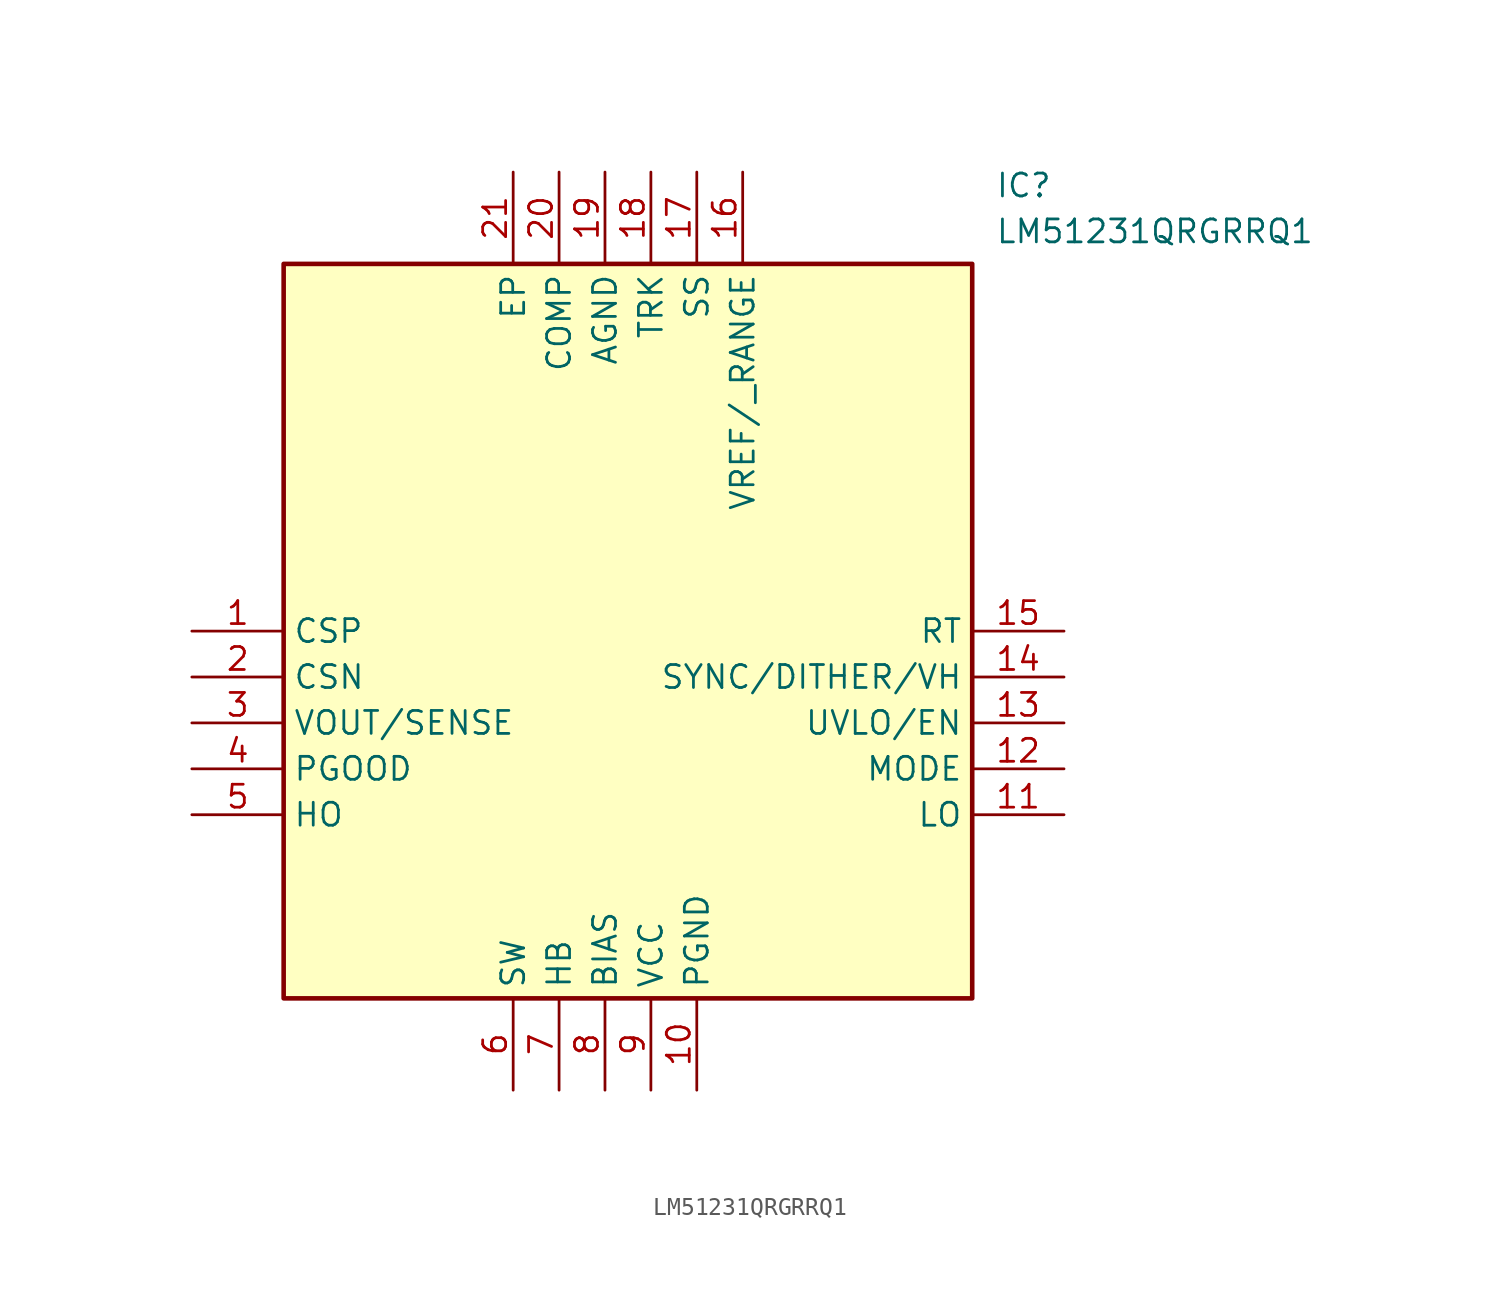
<source format=kicad_sym>
(kicad_symbol_lib
  (version 20211014)
  (generator SamacSys_ECAD_Model)
  (symbol "LM51231QRGRRQ1"
    (property "Reference" "IC"
      (at 44.45 25.4 0)
      (effects (font (size 1.27 1.27)) (justify left top)))
    (property "Value" "LM51231QRGRRQ1"
      (at 44.45 22.86 0)
      (effects (font (size 1.27 1.27)) (justify left top)))
    (rectangle
      (start 5.08 20.32)
      (end 43.18 -20.32)
      (stroke (width 0.254) (type default))
      (fill (type background)))
    (pin passive line
      (at 0 0 0)
      (length 5.08)
      (name "CSP" (effects (font (size 1.27 1.27))))
      (number "1" (effects (font (size 1.27 1.27)))))
    (pin passive line
      (at 0 -2.54 0)
      (length 5.08)
      (name "CSN" (effects (font (size 1.27 1.27))))
      (number "2" (effects (font (size 1.27 1.27)))))
    (pin passive line
      (at 0 -5.08 0)
      (length 5.08)
      (name "VOUT/SENSE" (effects (font (size 1.27 1.27))))
      (number "3" (effects (font (size 1.27 1.27)))))
    (pin passive line
      (at 0 -7.62 0)
      (length 5.08)
      (name "PGOOD" (effects (font (size 1.27 1.27))))
      (number "4" (effects (font (size 1.27 1.27)))))
    (pin passive line
      (at 0 -10.16 0)
      (length 5.08)
      (name "HO" (effects (font (size 1.27 1.27))))
      (number "5" (effects (font (size 1.27 1.27)))))
    (pin passive line
      (at 17.78 -25.4 90)
      (length 5.08)
      (name "SW" (effects (font (size 1.27 1.27))))
      (number "6" (effects (font (size 1.27 1.27)))))
    (pin passive line
      (at 20.32 -25.4 90)
      (length 5.08)
      (name "HB" (effects (font (size 1.27 1.27))))
      (number "7" (effects (font (size 1.27 1.27)))))
    (pin passive line
      (at 22.86 -25.4 90)
      (length 5.08)
      (name "BIAS" (effects (font (size 1.27 1.27))))
      (number "8" (effects (font (size 1.27 1.27)))))
    (pin passive line
      (at 25.4 -25.4 90)
      (length 5.08)
      (name "VCC" (effects (font (size 1.27 1.27))))
      (number "9" (effects (font (size 1.27 1.27)))))
    (pin passive line
      (at 27.94 -25.4 90)
      (length 5.08)
      (name "PGND" (effects (font (size 1.27 1.27))))
      (number "10" (effects (font (size 1.27 1.27)))))
    (pin passive line
      (at 48.26 0 180)
      (length 5.08)
      (name "RT" (effects (font (size 1.27 1.27))))
      (number "15" (effects (font (size 1.27 1.27)))))
    (pin passive line
      (at 48.26 -2.54 180)
      (length 5.08)
      (name "SYNC/DITHER/VH" (effects (font (size 1.27 1.27))))
      (number "14" (effects (font (size 1.27 1.27)))))
    (pin passive line
      (at 48.26 -5.08 180)
      (length 5.08)
      (name "UVLO/EN" (effects (font (size 1.27 1.27))))
      (number "13" (effects (font (size 1.27 1.27)))))
    (pin passive line
      (at 48.26 -7.62 180)
      (length 5.08)
      (name "MODE" (effects (font (size 1.27 1.27))))
      (number "12" (effects (font (size 1.27 1.27)))))
    (pin passive line
      (at 48.26 -10.16 180)
      (length 5.08)
      (name "LO" (effects (font (size 1.27 1.27))))
      (number "11" (effects (font (size 1.27 1.27)))))
    (pin passive line
      (at 17.78 25.4 270)
      (length 5.08)
      (name "EP" (effects (font (size 1.27 1.27))))
      (number "21" (effects (font (size 1.27 1.27)))))
    (pin passive line
      (at 20.32 25.4 270)
      (length 5.08)
      (name "COMP" (effects (font (size 1.27 1.27))))
      (number "20" (effects (font (size 1.27 1.27)))))
    (pin passive line
      (at 22.86 25.4 270)
      (length 5.08)
      (name "AGND" (effects (font (size 1.27 1.27))))
      (number "19" (effects (font (size 1.27 1.27)))))
    (pin passive line
      (at 25.4 25.4 270)
      (length 5.08)
      (name "TRK" (effects (font (size 1.27 1.27))))
      (number "18" (effects (font (size 1.27 1.27)))))
    (pin passive line
      (at 27.94 25.4 270)
      (length 5.08)
      (name "SS" (effects (font (size 1.27 1.27))))
      (number "17" (effects (font (size 1.27 1.27)))))
    (pin passive line
      (at 30.48 25.4 270)
      (length 5.08)
      (name "VREF/_RANGE" (effects (font (size 1.27 1.27))))
      (number "16" (effects (font (size 1.27 1.27)))))))
</source>
